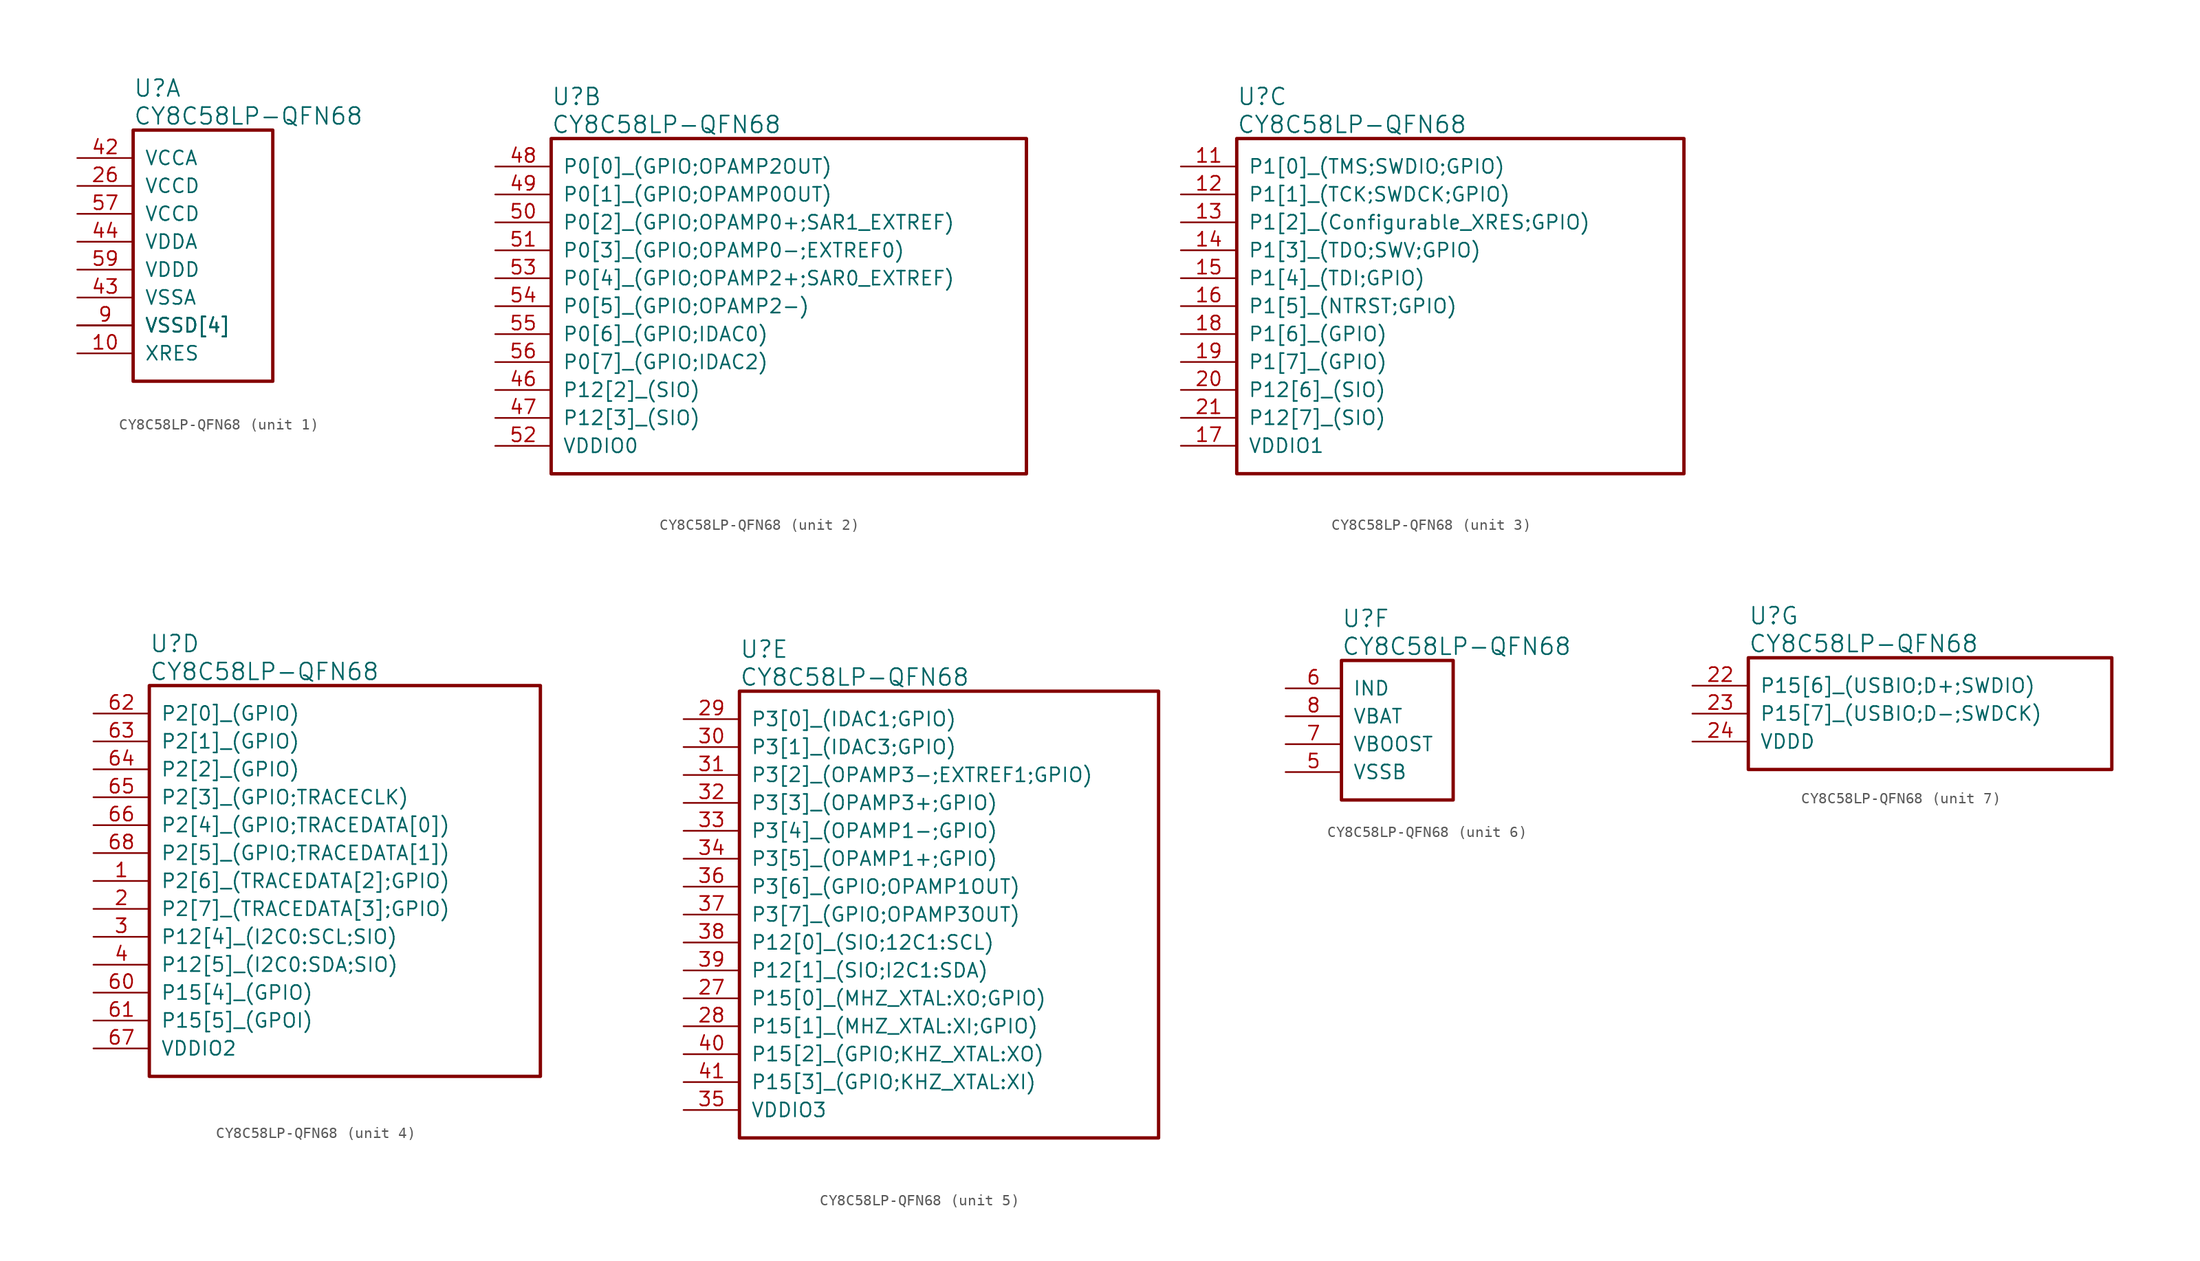
<source format=kicad_sym>
(kicad_symbol_lib
  (version 20241209)
  (generator "kicad_symbol_editor")
  (generator_version "9.0")
  (symbol "CY8C58LP-QFN68"
    (pin_names
      (offset 1.016))
    (property "Reference" "U"
      (at 5.08 6.35 0)
      (effects (font (size 1.524 1.524)) (justify left)))
    (property "Value" "CY8C58LP-QFN68"
      (at 5.08 3.81 0)
      (effects (font (size 1.524 1.524)) (justify left)))
    (property "ki_locked" ""
      (at 0 0 0)
      (effects (font (size 1.27 1.27))))
    (symbol "CY8C58LP-QFN68_1_1"
      (rectangle (start 5.08 2.54) (end 17.78 -20.32) (stroke (width 0.305) (type solid)) (fill (type none)))
      (pin power_out line (at 0 0 0) (length 5.08) (name "VCCA" (effects (font (size 1.27 1.27)))) (number "42" (effects (font (size 1.27 1.27)))))
      (pin power_out line (at 0 -2.54 0) (length 5.08) (name "VCCD" (effects (font (size 1.27 1.27)))) (number "26" (effects (font (size 1.27 1.27)))))
      (pin power_out line (at 0 -5.08 0) (length 5.08) (name "VCCD" (effects (font (size 1.27 1.27)))) (number "57" (effects (font (size 1.27 1.27)))))
      (pin power_in line (at 0 -7.62 0) (length 5.08) (name "VDDA" (effects (font (size 1.27 1.27)))) (number "44" (effects (font (size 1.27 1.27)))))
      (pin power_in line (at 0 -10.16 0) (length 5.08) (name "VDDD" (effects (font (size 1.27 1.27)))) (number "59" (effects (font (size 1.27 1.27)))))
      (pin power_in line (at 0 -12.7 0) (length 5.08) (name "VSSA" (effects (font (size 1.27 1.27)))) (number "43" (effects (font (size 1.27 1.27)))))
      (pin power_in line (at 0 -15.24 0) (length 5.08) (name "VSSD[4]" (effects (font (size 1.27 1.27)))) (number "25" (effects (font (size 0 0)))))
      (pin power_in line (at 0 -15.24 0) (length 5.08) (name "VSSD[4]" (effects (font (size 1.27 1.27)))) (number "45" (effects (font (size 0 0)))))
      (pin power_in line (at 0 -15.24 0) (length 5.08) (name "VSSD[4]" (effects (font (size 1.27 1.27)))) (number "58" (effects (font (size 0 0)))))
      (pin power_in line (at 0 -15.24 0) (length 5.08) (name "VSSD[4]" (effects (font (size 1.27 1.27)))) (number "9" (effects (font (size 1.27 1.27)))))
      (pin input line (at 0 -17.78 0) (length 5.08) (name "XRES" (effects (font (size 1.27 1.27)))) (number "10" (effects (font (size 1.27 1.27))))))
    (symbol "CY8C58LP-QFN68_2_1"
      (rectangle (start 5.08 2.54) (end 48.26 -27.94) (stroke (width 0.305) (type solid)) (fill (type none)))
      (pin bidirectional line (at 0 0 0) (length 5.08) (name "P0[0]_(GPIO;OPAMP2OUT)" (effects (font (size 1.27 1.27)))) (number "48" (effects (font (size 1.27 1.27)))))
      (pin bidirectional line (at 0 -2.54 0) (length 5.08) (name "P0[1]_(GPIO;OPAMP0OUT)" (effects (font (size 1.27 1.27)))) (number "49" (effects (font (size 1.27 1.27)))))
      (pin bidirectional line (at 0 -5.08 0) (length 5.08) (name "P0[2]_(GPIO;OPAMP0+;SAR1_EXTREF)" (effects (font (size 1.27 1.27)))) (number "50" (effects (font (size 1.27 1.27)))))
      (pin bidirectional line (at 0 -7.62 0) (length 5.08) (name "P0[3]_(GPIO;OPAMP0-;EXTREF0)" (effects (font (size 1.27 1.27)))) (number "51" (effects (font (size 1.27 1.27)))))
      (pin bidirectional line (at 0 -10.16 0) (length 5.08) (name "P0[4]_(GPIO;OPAMP2+;SAR0_EXTREF)" (effects (font (size 1.27 1.27)))) (number "53" (effects (font (size 1.27 1.27)))))
      (pin bidirectional line (at 0 -12.7 0) (length 5.08) (name "P0[5]_(GPIO;OPAMP2-)" (effects (font (size 1.27 1.27)))) (number "54" (effects (font (size 1.27 1.27)))))
      (pin bidirectional line (at 0 -15.24 0) (length 5.08) (name "P0[6]_(GPIO;IDAC0)" (effects (font (size 1.27 1.27)))) (number "55" (effects (font (size 1.27 1.27)))))
      (pin bidirectional line (at 0 -17.78 0) (length 5.08) (name "P0[7]_(GPIO;IDAC2)" (effects (font (size 1.27 1.27)))) (number "56" (effects (font (size 1.27 1.27)))))
      (pin bidirectional line (at 0 -20.32 0) (length 5.08) (name "P12[2]_(SIO)" (effects (font (size 1.27 1.27)))) (number "46" (effects (font (size 1.27 1.27)))))
      (pin bidirectional line (at 0 -22.86 0) (length 5.08) (name "P12[3]_(SIO)" (effects (font (size 1.27 1.27)))) (number "47" (effects (font (size 1.27 1.27)))))
      (pin power_in line (at 0 -25.4 0) (length 5.08) (name "VDDIO0" (effects (font (size 1.27 1.27)))) (number "52" (effects (font (size 1.27 1.27))))))
    (symbol "CY8C58LP-QFN68_3_1"
      (rectangle (start 5.08 2.54) (end 45.72 -27.94) (stroke (width 0.305) (type solid)) (fill (type none)))
      (pin bidirectional line (at 0 0 0) (length 5.08) (name "P1[0]_(TMS;SWDIO;GPIO)" (effects (font (size 1.27 1.27)))) (number "11" (effects (font (size 1.27 1.27)))))
      (pin bidirectional line (at 0 -2.54 0) (length 5.08) (name "P1[1]_(TCK;SWDCK;GPIO)" (effects (font (size 1.27 1.27)))) (number "12" (effects (font (size 1.27 1.27)))))
      (pin bidirectional line (at 0 -5.08 0) (length 5.08) (name "P1[2]_(Configurable_XRES;GPIO)" (effects (font (size 1.27 1.27)))) (number "13" (effects (font (size 1.27 1.27)))))
      (pin bidirectional line (at 0 -7.62 0) (length 5.08) (name "P1[3]_(TDO;SWV;GPIO)" (effects (font (size 1.27 1.27)))) (number "14" (effects (font (size 1.27 1.27)))))
      (pin bidirectional line (at 0 -10.16 0) (length 5.08) (name "P1[4]_(TDI;GPIO)" (effects (font (size 1.27 1.27)))) (number "15" (effects (font (size 1.27 1.27)))))
      (pin bidirectional line (at 0 -12.7 0) (length 5.08) (name "P1[5]_(NTRST;GPIO)" (effects (font (size 1.27 1.27)))) (number "16" (effects (font (size 1.27 1.27)))))
      (pin bidirectional line (at 0 -15.24 0) (length 5.08) (name "P1[6]_(GPIO)" (effects (font (size 1.27 1.27)))) (number "18" (effects (font (size 1.27 1.27)))))
      (pin bidirectional line (at 0 -17.78 0) (length 5.08) (name "P1[7]_(GPIO)" (effects (font (size 1.27 1.27)))) (number "19" (effects (font (size 1.27 1.27)))))
      (pin bidirectional line (at 0 -20.32 0) (length 5.08) (name "P12[6]_(SIO)" (effects (font (size 1.27 1.27)))) (number "20" (effects (font (size 1.27 1.27)))))
      (pin bidirectional line (at 0 -22.86 0) (length 5.08) (name "P12[7]_(SIO)" (effects (font (size 1.27 1.27)))) (number "21" (effects (font (size 1.27 1.27)))))
      (pin power_in line (at 0 -25.4 0) (length 5.08) (name "VDDIO1" (effects (font (size 1.27 1.27)))) (number "17" (effects (font (size 1.27 1.27))))))
    (symbol "CY8C58LP-QFN68_4_1"
      (rectangle (start 5.08 2.54) (end 40.64 -33.02) (stroke (width 0.305) (type solid)) (fill (type none)))
      (pin bidirectional line (at 0 0 0) (length 5.08) (name "P2[0]_(GPIO)" (effects (font (size 1.27 1.27)))) (number "62" (effects (font (size 1.27 1.27)))))
      (pin bidirectional line (at 0 -2.54 0) (length 5.08) (name "P2[1]_(GPIO)" (effects (font (size 1.27 1.27)))) (number "63" (effects (font (size 1.27 1.27)))))
      (pin bidirectional line (at 0 -5.08 0) (length 5.08) (name "P2[2]_(GPIO)" (effects (font (size 1.27 1.27)))) (number "64" (effects (font (size 1.27 1.27)))))
      (pin bidirectional line (at 0 -7.62 0) (length 5.08) (name "P2[3]_(GPIO;TRACECLK)" (effects (font (size 1.27 1.27)))) (number "65" (effects (font (size 1.27 1.27)))))
      (pin bidirectional line (at 0 -10.16 0) (length 5.08) (name "P2[4]_(GPIO;TRACEDATA[0])" (effects (font (size 1.27 1.27)))) (number "66" (effects (font (size 1.27 1.27)))))
      (pin bidirectional line (at 0 -12.7 0) (length 5.08) (name "P2[5]_(GPIO;TRACEDATA[1])" (effects (font (size 1.27 1.27)))) (number "68" (effects (font (size 1.27 1.27)))))
      (pin bidirectional line (at 0 -15.24 0) (length 5.08) (name "P2[6]_(TRACEDATA[2];GPIO)" (effects (font (size 1.27 1.27)))) (number "1" (effects (font (size 1.27 1.27)))))
      (pin bidirectional line (at 0 -17.78 0) (length 5.08) (name "P2[7]_(TRACEDATA[3];GPIO)" (effects (font (size 1.27 1.27)))) (number "2" (effects (font (size 1.27 1.27)))))
      (pin bidirectional line (at 0 -20.32 0) (length 5.08) (name "P12[4]_(I2C0:SCL;SIO)" (effects (font (size 1.27 1.27)))) (number "3" (effects (font (size 1.27 1.27)))))
      (pin bidirectional line (at 0 -22.86 0) (length 5.08) (name "P12[5]_(I2C0:SDA;SIO)" (effects (font (size 1.27 1.27)))) (number "4" (effects (font (size 1.27 1.27)))))
      (pin bidirectional line (at 0 -25.4 0) (length 5.08) (name "P15[4]_(GPIO)" (effects (font (size 1.27 1.27)))) (number "60" (effects (font (size 1.27 1.27)))))
      (pin bidirectional line (at 0 -27.94 0) (length 5.08) (name "P15[5]_(GPOI)" (effects (font (size 1.27 1.27)))) (number "61" (effects (font (size 1.27 1.27)))))
      (pin power_in line (at 0 -30.48 0) (length 5.08) (name "VDDIO2" (effects (font (size 1.27 1.27)))) (number "67" (effects (font (size 1.27 1.27))))))
    (symbol "CY8C58LP-QFN68_5_1"
      (rectangle (start 5.08 2.54) (end 43.18 -38.1) (stroke (width 0.305) (type solid)) (fill (type none)))
      (pin bidirectional line (at 0 0 0) (length 5.08) (name "P3[0]_(IDAC1;GPIO)" (effects (font (size 1.27 1.27)))) (number "29" (effects (font (size 1.27 1.27)))))
      (pin bidirectional line (at 0 -2.54 0) (length 5.08) (name "P3[1]_(IDAC3;GPIO)" (effects (font (size 1.27 1.27)))) (number "30" (effects (font (size 1.27 1.27)))))
      (pin bidirectional line (at 0 -5.08 0) (length 5.08) (name "P3[2]_(OPAMP3-;EXTREF1;GPIO)" (effects (font (size 1.27 1.27)))) (number "31" (effects (font (size 1.27 1.27)))))
      (pin bidirectional line (at 0 -7.62 0) (length 5.08) (name "P3[3]_(OPAMP3+;GPIO)" (effects (font (size 1.27 1.27)))) (number "32" (effects (font (size 1.27 1.27)))))
      (pin bidirectional line (at 0 -10.16 0) (length 5.08) (name "P3[4]_(OPAMP1-;GPIO)" (effects (font (size 1.27 1.27)))) (number "33" (effects (font (size 1.27 1.27)))))
      (pin bidirectional line (at 0 -12.7 0) (length 5.08) (name "P3[5]_(OPAMP1+;GPIO)" (effects (font (size 1.27 1.27)))) (number "34" (effects (font (size 1.27 1.27)))))
      (pin bidirectional line (at 0 -15.24 0) (length 5.08) (name "P3[6]_(GPIO;OPAMP1OUT)" (effects (font (size 1.27 1.27)))) (number "36" (effects (font (size 1.27 1.27)))))
      (pin bidirectional line (at 0 -17.78 0) (length 5.08) (name "P3[7]_(GPIO;OPAMP3OUT)" (effects (font (size 1.27 1.27)))) (number "37" (effects (font (size 1.27 1.27)))))
      (pin bidirectional line (at 0 -20.32 0) (length 5.08) (name "P12[0]_(SIO;12C1:SCL)" (effects (font (size 1.27 1.27)))) (number "38" (effects (font (size 1.27 1.27)))))
      (pin bidirectional line (at 0 -22.86 0) (length 5.08) (name "P12[1]_(SIO;I2C1:SDA)" (effects (font (size 1.27 1.27)))) (number "39" (effects (font (size 1.27 1.27)))))
      (pin bidirectional line (at 0 -25.4 0) (length 5.08) (name "P15[0]_(MHZ_XTAL:XO;GPIO)" (effects (font (size 1.27 1.27)))) (number "27" (effects (font (size 1.27 1.27)))))
      (pin bidirectional line (at 0 -27.94 0) (length 5.08) (name "P15[1]_(MHZ_XTAL:XI;GPIO)" (effects (font (size 1.27 1.27)))) (number "28" (effects (font (size 1.27 1.27)))))
      (pin bidirectional line (at 0 -30.48 0) (length 5.08) (name "P15[2]_(GPIO;KHZ_XTAL:XO)" (effects (font (size 1.27 1.27)))) (number "40" (effects (font (size 1.27 1.27)))))
      (pin bidirectional line (at 0 -33.02 0) (length 5.08) (name "P15[3]_(GPIO;KHZ_XTAL:XI)" (effects (font (size 1.27 1.27)))) (number "41" (effects (font (size 1.27 1.27)))))
      (pin power_in line (at 0 -35.56 0) (length 5.08) (name "VDDIO3" (effects (font (size 1.27 1.27)))) (number "35" (effects (font (size 1.27 1.27))))))
    (symbol "CY8C58LP-QFN68_6_1"
      (rectangle (start 5.08 2.54) (end 15.24 -10.16) (stroke (width 0.305) (type solid)) (fill (type none)))
      (pin passive line (at 0 0 0) (length 5.08) (name "IND" (effects (font (size 1.27 1.27)))) (number "6" (effects (font (size 1.27 1.27)))))
      (pin power_in line (at 0 -2.54 0) (length 5.08) (name "VBAT" (effects (font (size 1.27 1.27)))) (number "8" (effects (font (size 1.27 1.27)))))
      (pin input line (at 0 -5.08 0) (length 5.08) (name "VBOOST" (effects (font (size 1.27 1.27)))) (number "7" (effects (font (size 1.27 1.27)))))
      (pin power_in line (at 0 -7.62 0) (length 5.08) (name "VSSB" (effects (font (size 1.27 1.27)))) (number "5" (effects (font (size 1.27 1.27))))))
    (symbol "CY8C58LP-QFN68_7_1"
      (rectangle (start 5.08 2.54) (end 38.1 -7.62) (stroke (width 0.305) (type solid)) (fill (type none)))
      (pin bidirectional line (at 0 0 0) (length 5.08) (name "P15[6]_(USBIO;D+;SWDIO)" (effects (font (size 1.27 1.27)))) (number "22" (effects (font (size 1.27 1.27)))))
      (pin bidirectional line (at 0 -2.54 0) (length 5.08) (name "P15[7]_(USBIO;D-;SWDCK)" (effects (font (size 1.27 1.27)))) (number "23" (effects (font (size 1.27 1.27)))))
      (pin power_in line (at 0 -5.08 0) (length 5.08) (name "VDDD" (effects (font (size 1.27 1.27)))) (number "24" (effects (font (size 1.27 1.27))))))))
</source>
